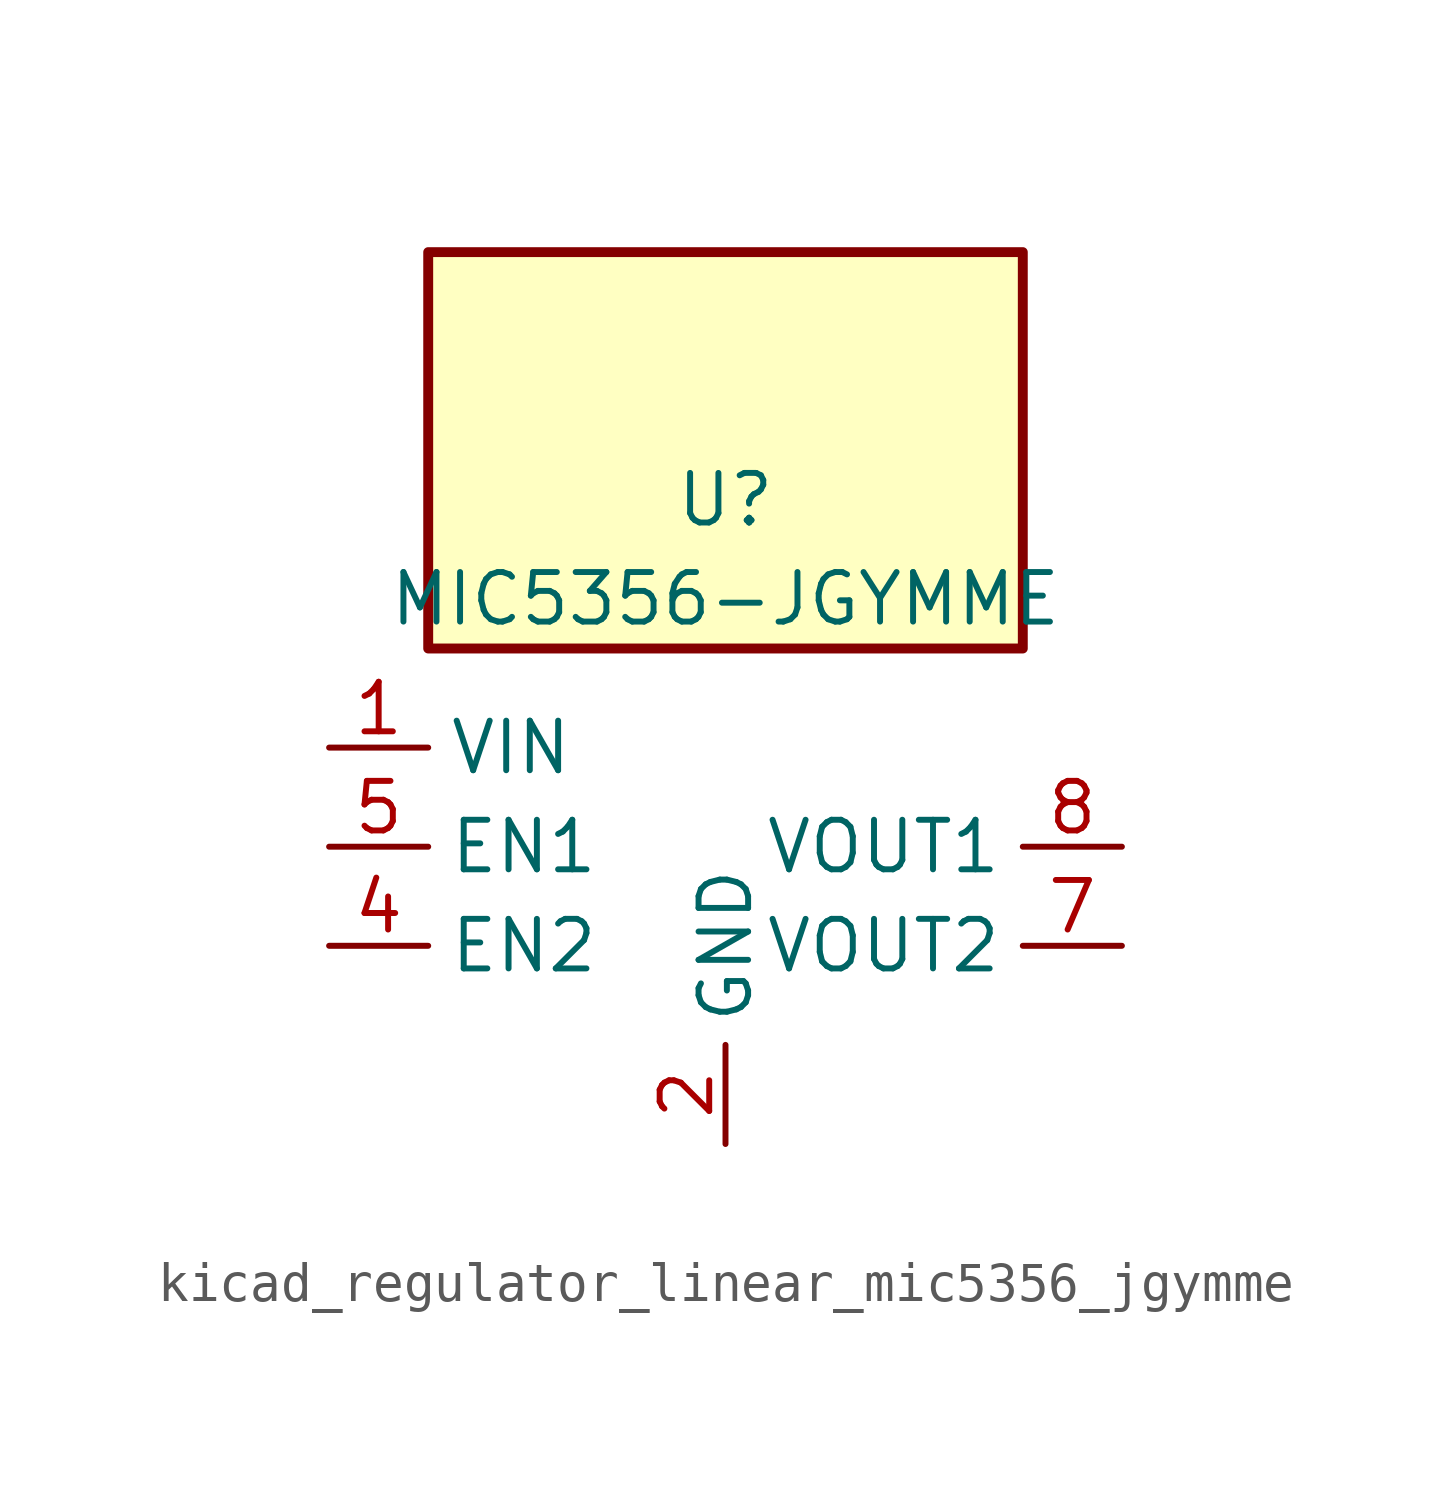
<source format=kicad_sym>
(kicad_symbol_lib
  (version 20220914)
  (generator kicad_symbol_editor)
  (symbol "kicad_regulator_linear_mic5356_jgymme"
    (property "Reference" "U"
      (at 0 8.89 0)
      (effects (font (size 1.27 1.27))))
    (property "Value" "MIC5356-JGYMME"
      (at 0 6.35 0)
      (effects (font (size 1.27 1.27))))
    (symbol "kicad_regulator_linear_mic5356_jgymme_0_1"
      (rectangle (start 7.62 15.24) (end -7.62 5.08) (stroke (width 0.254) (type default)) (fill (type background))))
    (symbol "kicad_regulator_linear_mic5356_jgymme_1_1"
      (pin power_in line (at -10.16 2.54 0) (length 2.54) (name "VIN" (effects (font (size 1.27 1.27)))) (number "1" (effects (font (size 1.27 1.27)))))
      (pin power_in line (at 0 -7.62 90) (length 2.54) (name "GND" (effects (font (size 1.27 1.27)))) (number "2" (effects (font (size 1.27 1.27)))))
      (pin no_connect line (at 0 5.08 270) (length 2.54) hide (name "NC" (effects (font (size 1.27 1.27)))) (number "3" (effects (font (size 1.27 1.27)))))
      (pin input line (at -10.16 -2.54 0) (length 2.54) (name "EN2" (effects (font (size 1.27 1.27)))) (number "4" (effects (font (size 1.27 1.27)))))
      (pin input line (at -10.16 0 0) (length 2.54) (name "EN1" (effects (font (size 1.27 1.27)))) (number "5" (effects (font (size 1.27 1.27)))))
      (pin no_connect line (at 7.62 2.54 180) (length 2.54) hide (name "NC" (effects (font (size 1.27 1.27)))) (number "6" (effects (font (size 1.27 1.27)))))
      (pin power_out line (at 10.16 -2.54 180) (length 2.54) (name "VOUT2" (effects (font (size 1.27 1.27)))) (number "7" (effects (font (size 1.27 1.27)))))
      (pin power_out line (at 10.16 0 180) (length 2.54) (name "VOUT1" (effects (font (size 1.27 1.27)))) (number "8" (effects (font (size 1.27 1.27)))))
      (pin passive line (at 0 -7.62 90) (length 2.54) hide (name "GND" (effects (font (size 1.27 1.27)))) (number "9" (effects (font (size 1.27 1.27))))))))
</source>
